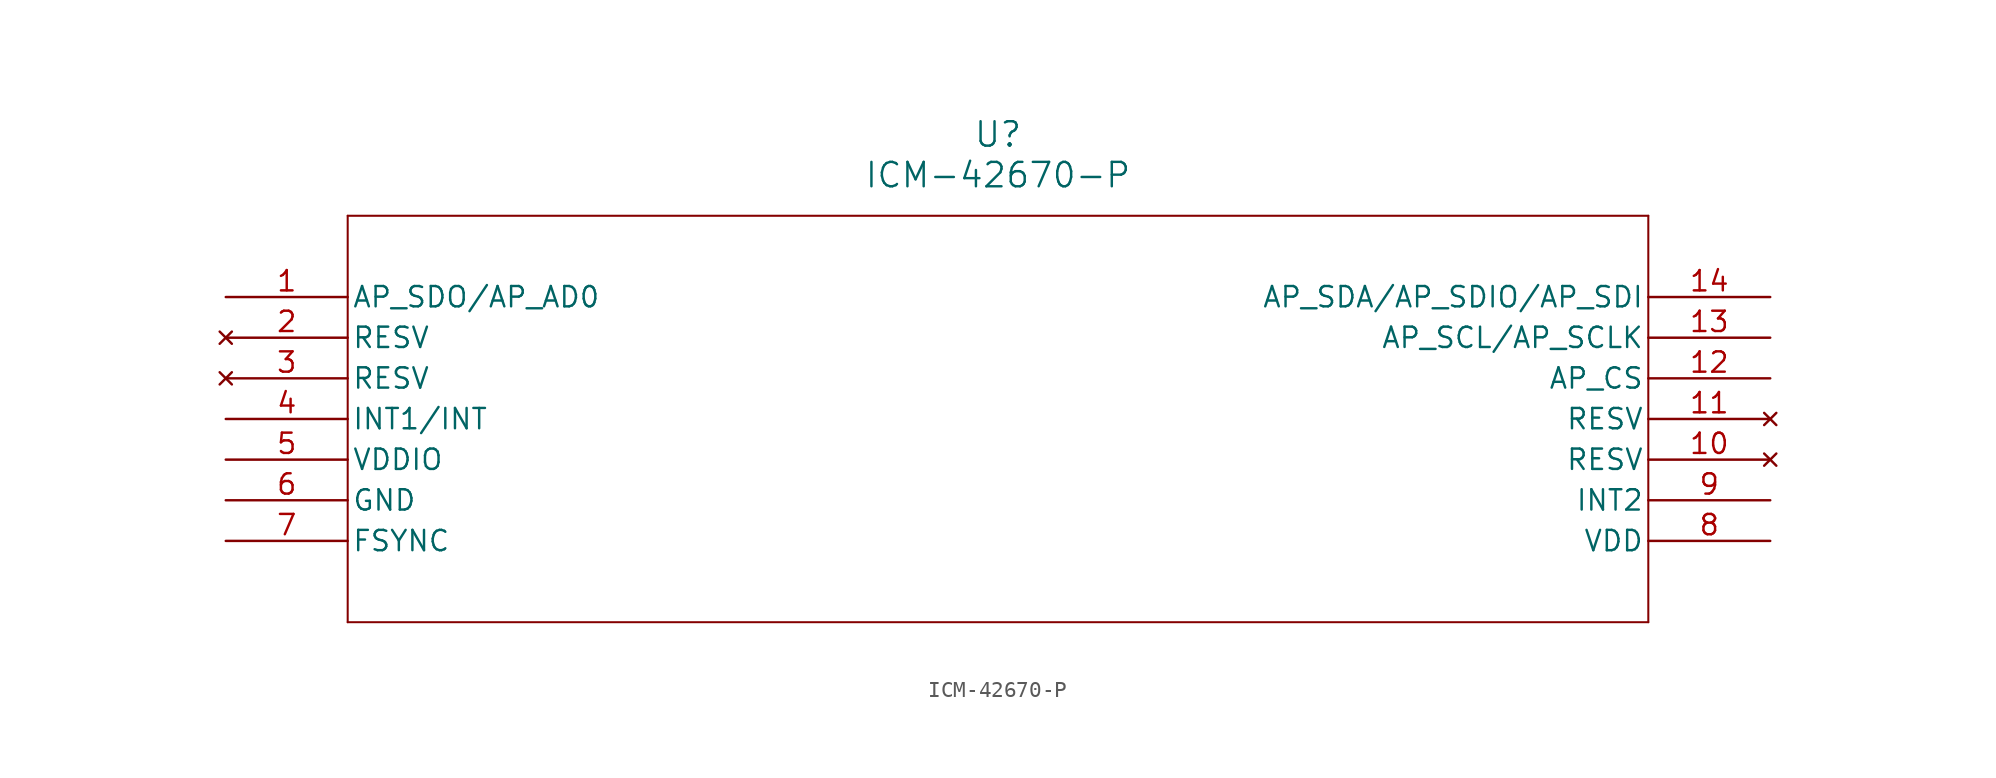
<source format=kicad_sym>
(kicad_symbol_lib
  (version 20211014)
  (generator kicad_symbol_editor)
  (symbol "ICM-42670-P"
    (pin_names
      (offset 0.254))
    (property "Reference" "U"
      (at 48.26 10.16 0)
      (effects (font (size 1.524 1.524))))
    (property "Value" "ICM-42670-P"
      (at 48.26 7.62 0)
      (effects (font (size 1.524 1.524))))
    (symbol "ICM-42670-P_0_1"
      (polyline (pts (xy 7.62 5.08) (xy 7.62 -20.32)) (stroke (width 0.127) (type default) (color 0 0 0 0)) (fill (type none)))
      (polyline (pts (xy 7.62 -20.32) (xy 88.9 -20.32)) (stroke (width 0.127) (type default) (color 0 0 0 0)) (fill (type none)))
      (polyline (pts (xy 88.9 -20.32) (xy 88.9 5.08)) (stroke (width 0.127) (type default) (color 0 0 0 0)) (fill (type none)))
      (polyline (pts (xy 88.9 5.08) (xy 7.62 5.08)) (stroke (width 0.127) (type default) (color 0 0 0 0)) (fill (type none)))
      (pin bidirectional line (at 0 0 0) (length 7.62) (name "AP_SDO/AP_AD0" (effects (font (size 1.27 1.27)))) (number "1" (effects (font (size 1.27 1.27)))))
      (pin no_connect line (at 0 -2.54 0) (length 7.62) (name "RESV" (effects (font (size 1.27 1.27)))) (number "2" (effects (font (size 1.27 1.27)))))
      (pin no_connect line (at 0 -5.08 0) (length 7.62) (name "RESV" (effects (font (size 1.27 1.27)))) (number "3" (effects (font (size 1.27 1.27)))))
      (pin output line (at 0 -7.62 0) (length 7.62) (name "INT1/INT" (effects (font (size 1.27 1.27)))) (number "4" (effects (font (size 1.27 1.27)))))
      (pin power_in line (at 0 -10.16 0) (length 7.62) (name "VDDIO" (effects (font (size 1.27 1.27)))) (number "5" (effects (font (size 1.27 1.27)))))
      (pin power_out line (at 0 -12.7 0) (length 7.62) (name "GND" (effects (font (size 1.27 1.27)))) (number "6" (effects (font (size 1.27 1.27)))))
      (pin input line (at 0 -15.24 0) (length 7.62) (name "FSYNC" (effects (font (size 1.27 1.27)))) (number "7" (effects (font (size 1.27 1.27)))))
      (pin power_in line (at 96.52 -15.24 180) (length 7.62) (name "VDD" (effects (font (size 1.27 1.27)))) (number "8" (effects (font (size 1.27 1.27)))))
      (pin output line (at 96.52 -12.7 180) (length 7.62) (name "INT2" (effects (font (size 1.27 1.27)))) (number "9" (effects (font (size 1.27 1.27)))))
      (pin no_connect line (at 96.52 -10.16 180) (length 7.62) (name "RESV" (effects (font (size 1.27 1.27)))) (number "10" (effects (font (size 1.27 1.27)))))
      (pin no_connect line (at 96.52 -7.62 180) (length 7.62) (name "RESV" (effects (font (size 1.27 1.27)))) (number "11" (effects (font (size 1.27 1.27)))))
      (pin input line (at 96.52 -5.08 180) (length 7.62) (name "AP_CS" (effects (font (size 1.27 1.27)))) (number "12" (effects (font (size 1.27 1.27)))))
      (pin bidirectional line (at 96.52 -2.54 180) (length 7.62) (name "AP_SCL/AP_SCLK" (effects (font (size 1.27 1.27)))) (number "13" (effects (font (size 1.27 1.27)))))
      (pin bidirectional line (at 96.52 0 180) (length 7.62) (name "AP_SDA/AP_SDIO/AP_SDI" (effects (font (size 1.27 1.27)))) (number "14" (effects (font (size 1.27 1.27))))))))
</source>
